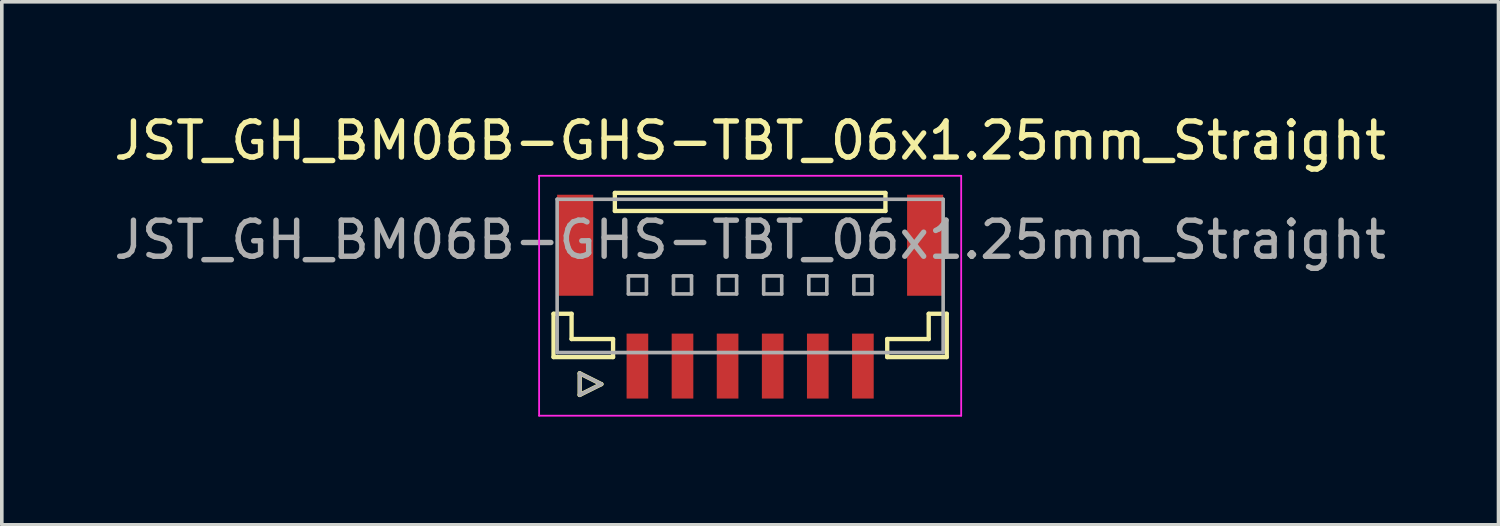
<source format=kicad_pcb>
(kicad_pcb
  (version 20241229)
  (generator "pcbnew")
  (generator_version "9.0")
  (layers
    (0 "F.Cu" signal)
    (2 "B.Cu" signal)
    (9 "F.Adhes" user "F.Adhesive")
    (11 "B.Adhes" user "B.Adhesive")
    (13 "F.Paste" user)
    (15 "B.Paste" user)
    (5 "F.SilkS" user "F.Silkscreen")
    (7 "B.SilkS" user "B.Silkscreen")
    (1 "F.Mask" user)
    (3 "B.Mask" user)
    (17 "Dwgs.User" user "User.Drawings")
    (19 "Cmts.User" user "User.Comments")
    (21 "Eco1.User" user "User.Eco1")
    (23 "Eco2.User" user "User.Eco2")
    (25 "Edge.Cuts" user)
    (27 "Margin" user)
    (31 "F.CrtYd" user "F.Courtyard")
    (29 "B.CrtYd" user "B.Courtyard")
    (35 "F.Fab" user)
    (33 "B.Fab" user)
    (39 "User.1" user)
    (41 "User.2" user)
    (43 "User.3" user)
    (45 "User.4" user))
  (footprint "JST_GH_BM06B-GHS-TBT_06x1.25mm_Straight"
    (layer "F.Cu")
    (at 17.744 5.423)
    (property "Reference" "JST_GH_BM06B-GHS-TBT_06x1.25mm_Straight" (at 0 -4.575 0) (layer "F.SilkS") (effects (font (size 1 1) (thickness 0.15))))
    (attr smd)
    (fp_line (start -5.45 0.225) (end -5.45 1.425) (stroke (width 0.12) (type solid)) (layer "F.SilkS"))
    (fp_line (start -5.45 1.425) (end -3.8 1.425) (stroke (width 0.12) (type solid)) (layer "F.SilkS"))
    (fp_line (start -4.95 0.225) (end -5.45 0.225) (stroke (width 0.12) (type solid)) (layer "F.SilkS"))
    (fp_line (start -4.95 0.925) (end -4.95 0.225) (stroke (width 0.12) (type solid)) (layer "F.SilkS"))
    (fp_line (start -4.725 1.875) (end -4.125 2.175) (stroke (width 0.12) (type solid)) (layer "F.SilkS"))
    (fp_line (start -4.725 2.475) (end -4.725 1.875) (stroke (width 0.12) (type solid)) (layer "F.SilkS"))
    (fp_line (start -4.125 2.175) (end -4.725 2.475) (stroke (width 0.12) (type solid)) (layer "F.SilkS"))
    (fp_line (start -3.8 0.925) (end -4.95 0.925) (stroke (width 0.12) (type solid)) (layer "F.SilkS"))
    (fp_line (start -3.8 1.425) (end -3.8 0.925) (stroke (width 0.12) (type solid)) (layer "F.SilkS"))
    (fp_line (start -3.75 -3.125) (end 3.75 -3.125) (stroke (width 0.12) (type solid)) (layer "F.SilkS"))
    (fp_line (start -3.75 -2.625) (end -3.75 -3.125) (stroke (width 0.12) (type solid)) (layer "F.SilkS"))
    (fp_line (start 3.75 -3.125) (end 3.75 -2.625) (stroke (width 0.12) (type solid)) (layer "F.SilkS"))
    (fp_line (start 3.75 -2.625) (end -3.75 -2.625) (stroke (width 0.12) (type solid)) (layer "F.SilkS"))
    (fp_line (start 3.8 0.925) (end 4.95 0.925) (stroke (width 0.12) (type solid)) (layer "F.SilkS"))
    (fp_line (start 3.8 1.425) (end 3.8 0.925) (stroke (width 0.12) (type solid)) (layer "F.SilkS"))
    (fp_line (start 4.95 0.225) (end 5.45 0.225) (stroke (width 0.12) (type solid)) (layer "F.SilkS"))
    (fp_line (start 4.95 0.925) (end 4.95 0.225) (stroke (width 0.12) (type solid)) (layer "F.SilkS"))
    (fp_line (start 5.45 0.225) (end 5.45 1.425) (stroke (width 0.12) (type solid)) (layer "F.SilkS"))
    (fp_line (start 5.45 1.425) (end 3.8 1.425) (stroke (width 0.12) (type solid)) (layer "F.SilkS"))
    (fp_line (start -5.85 -3.6) (end 5.85 -3.6) (stroke (width 0.05) (type solid)) (layer "F.CrtYd"))
    (fp_line (start -5.85 3.05) (end -5.85 -3.6) (stroke (width 0.05) (type solid)) (layer "F.CrtYd"))
    (fp_line (start 5.85 -3.6) (end 5.85 3.05) (stroke (width 0.05) (type solid)) (layer "F.CrtYd"))
    (fp_line (start 5.85 3.05) (end -5.85 3.05) (stroke (width 0.05) (type solid)) (layer "F.CrtYd"))
    (fp_line (start -5.35 -2.95) (end 5.35 -2.95) (stroke (width 0.1) (type solid)) (layer "F.Fab"))
    (fp_line (start -5.35 1.3) (end -5.35 -2.95) (stroke (width 0.1) (type solid)) (layer "F.Fab"))
    (fp_line (start -4.725 1.875) (end -4.125 2.175) (stroke (width 0.1) (type solid)) (layer "F.Fab"))
    (fp_line (start -4.725 2.475) (end -4.725 1.875) (stroke (width 0.1) (type solid)) (layer "F.Fab"))
    (fp_line (start -4.125 2.175) (end -4.725 2.475) (stroke (width 0.1) (type solid)) (layer "F.Fab"))
    (fp_line (start -3.375 -0.825) (end -2.875 -0.825) (stroke (width 0.1) (type solid)) (layer "F.Fab"))
    (fp_line (start -3.375 -0.325) (end -3.375 -0.825) (stroke (width 0.1) (type solid)) (layer "F.Fab"))
    (fp_line (start -2.875 -0.825) (end -2.875 -0.325) (stroke (width 0.1) (type solid)) (layer "F.Fab"))
    (fp_line (start -2.875 -0.325) (end -3.375 -0.325) (stroke (width 0.1) (type solid)) (layer "F.Fab"))
    (fp_line (start -2.125 -0.825) (end -1.625 -0.825) (stroke (width 0.1) (type solid)) (layer "F.Fab"))
    (fp_line (start -2.125 -0.325) (end -2.125 -0.825) (stroke (width 0.1) (type solid)) (layer "F.Fab"))
    (fp_line (start -1.625 -0.825) (end -1.625 -0.325) (stroke (width 0.1) (type solid)) (layer "F.Fab"))
    (fp_line (start -1.625 -0.325) (end -2.125 -0.325) (stroke (width 0.1) (type solid)) (layer "F.Fab"))
    (fp_line (start -0.875 -0.825) (end -0.375 -0.825) (stroke (width 0.1) (type solid)) (layer "F.Fab"))
    (fp_line (start -0.875 -0.325) (end -0.875 -0.825) (stroke (width 0.1) (type solid)) (layer "F.Fab"))
    (fp_line (start -0.375 -0.825) (end -0.375 -0.325) (stroke (width 0.1) (type solid)) (layer "F.Fab"))
    (fp_line (start -0.375 -0.325) (end -0.875 -0.325) (stroke (width 0.1) (type solid)) (layer "F.Fab"))
    (fp_line (start 0.375 -0.825) (end 0.875 -0.825) (stroke (width 0.1) (type solid)) (layer "F.Fab"))
    (fp_line (start 0.375 -0.325) (end 0.375 -0.825) (stroke (width 0.1) (type solid)) (layer "F.Fab"))
    (fp_line (start 0.875 -0.825) (end 0.875 -0.325) (stroke (width 0.1) (type solid)) (layer "F.Fab"))
    (fp_line (start 0.875 -0.325) (end 0.375 -0.325) (stroke (width 0.1) (type solid)) (layer "F.Fab"))
    (fp_line (start 1.625 -0.825) (end 2.125 -0.825) (stroke (width 0.1) (type solid)) (layer "F.Fab"))
    (fp_line (start 1.625 -0.325) (end 1.625 -0.825) (stroke (width 0.1) (type solid)) (layer "F.Fab"))
    (fp_line (start 2.125 -0.825) (end 2.125 -0.325) (stroke (width 0.1) (type solid)) (layer "F.Fab"))
    (fp_line (start 2.125 -0.325) (end 1.625 -0.325) (stroke (width 0.1) (type solid)) (layer "F.Fab"))
    (fp_line (start 2.875 -0.825) (end 3.375 -0.825) (stroke (width 0.1) (type solid)) (layer "F.Fab"))
    (fp_line (start 2.875 -0.325) (end 2.875 -0.825) (stroke (width 0.1) (type solid)) (layer "F.Fab"))
    (fp_line (start 3.375 -0.825) (end 3.375 -0.325) (stroke (width 0.1) (type solid)) (layer "F.Fab"))
    (fp_line (start 3.375 -0.325) (end 2.875 -0.325) (stroke (width 0.1) (type solid)) (layer "F.Fab"))
    (fp_line (start 5.35 -2.95) (end 5.35 1.3) (stroke (width 0.1) (type solid)) (layer "F.Fab"))
    (fp_line (start 5.35 1.3) (end -5.35 1.3) (stroke (width 0.1) (type solid)) (layer "F.Fab"))
    (fp_text user "${REFERENCE}" (at 0 -1.825 0) (layer "F.Fab") (effects (font (size 1 1) (thickness 0.15))))
    (pad "" smd rect (at -4.85 -1.675) (size 1 2.8) (layers "F.Cu" "F.Mask" "F.Paste"))
    (pad "" smd rect (at 4.85 -1.675) (size 1 2.8) (layers "F.Cu" "F.Mask" "F.Paste"))
    (pad "1" smd rect (at -3.125 1.675) (size 0.6 1.8) (layers "F.Cu" "F.Mask" "F.Paste"))
    (pad "2" smd rect (at -1.875 1.675) (size 0.6 1.8) (layers "F.Cu" "F.Mask" "F.Paste"))
    (pad "3" smd rect (at -0.625 1.675) (size 0.6 1.8) (layers "F.Cu" "F.Mask" "F.Paste"))
    (pad "4" smd rect (at 0.625 1.675) (size 0.6 1.8) (layers "F.Cu" "F.Mask" "F.Paste"))
    (pad "5" smd rect (at 1.875 1.675) (size 0.6 1.8) (layers "F.Cu" "F.Mask" "F.Paste"))
    (pad "6" smd rect (at 3.125 1.675) (size 0.6 1.8) (layers "F.Cu" "F.Mask" "F.Paste")))
  (gr_rect
    (start -3 -3)
    (end 38.488 11.498)
    (stroke (width 0.1) (type default))
    (fill no)
    (layer "Edge.Cuts")))
</source>
